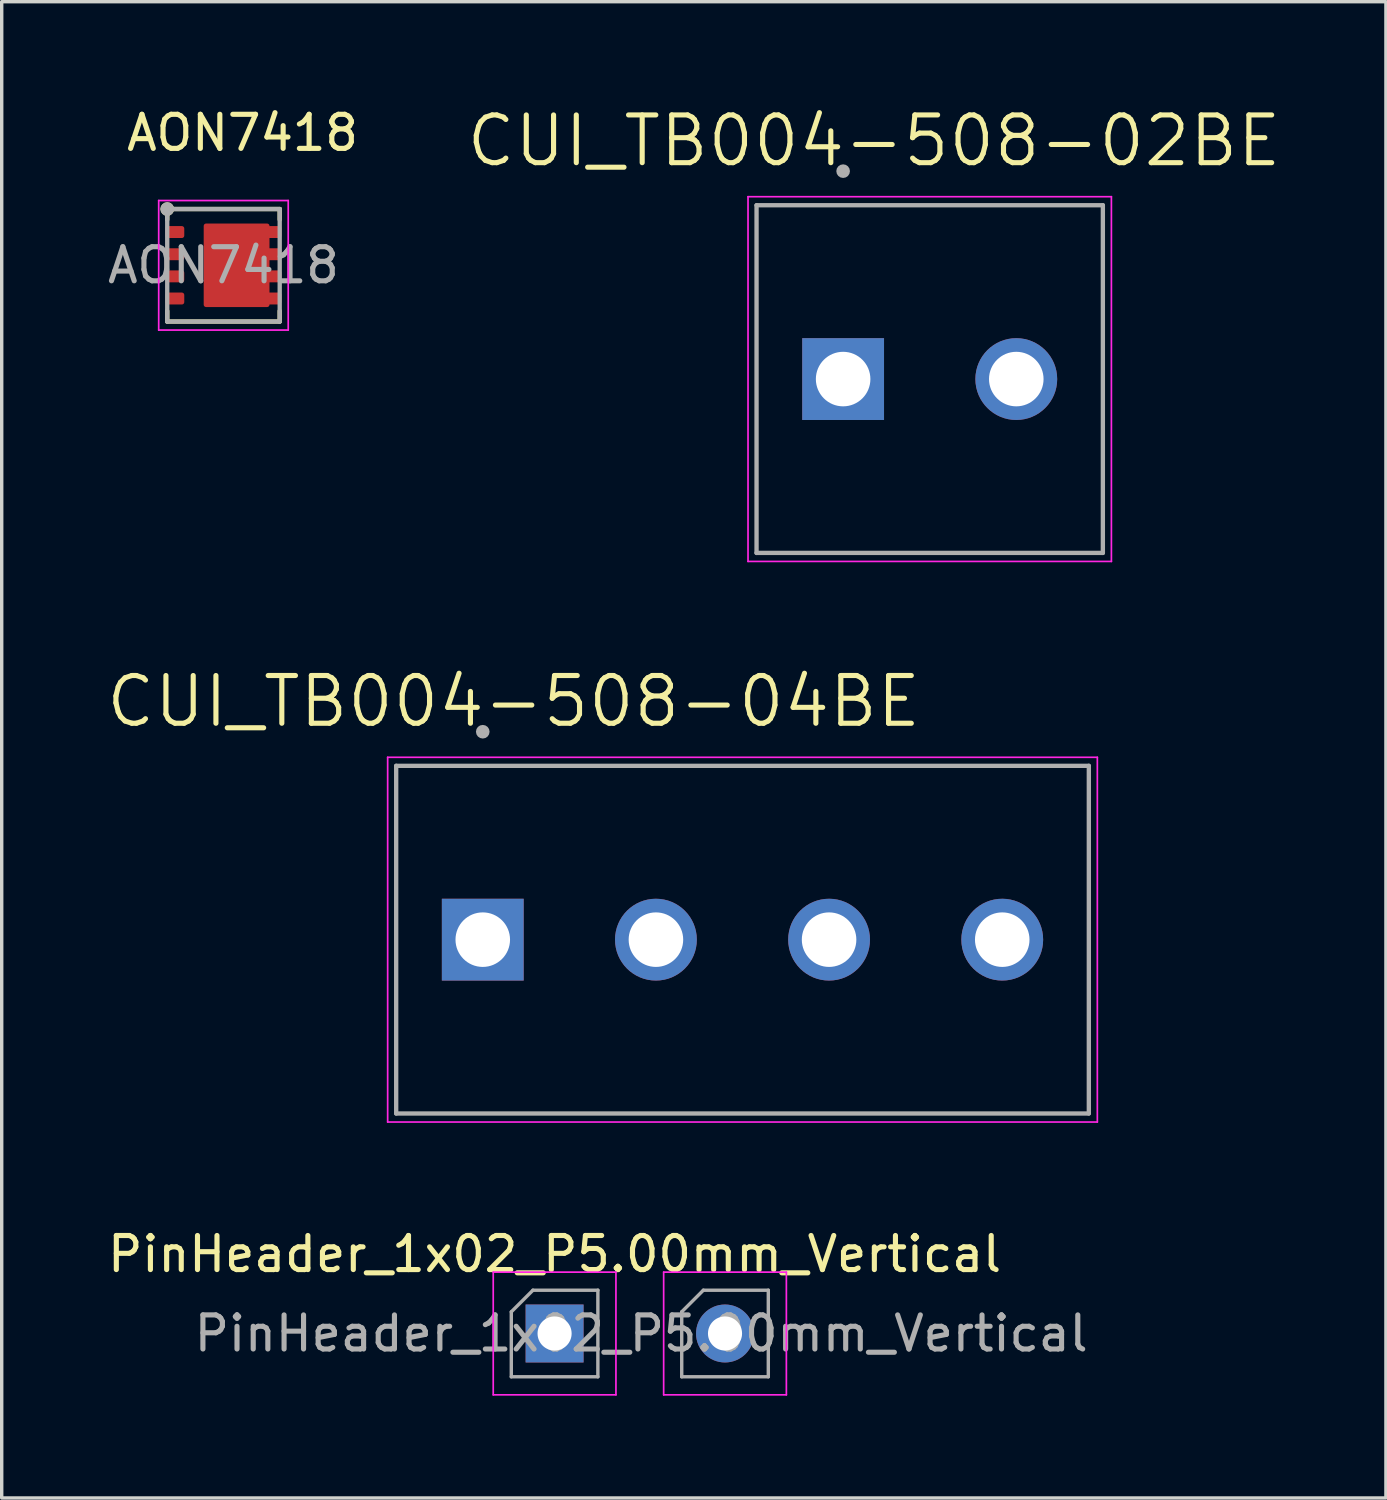
<source format=kicad_pcb>
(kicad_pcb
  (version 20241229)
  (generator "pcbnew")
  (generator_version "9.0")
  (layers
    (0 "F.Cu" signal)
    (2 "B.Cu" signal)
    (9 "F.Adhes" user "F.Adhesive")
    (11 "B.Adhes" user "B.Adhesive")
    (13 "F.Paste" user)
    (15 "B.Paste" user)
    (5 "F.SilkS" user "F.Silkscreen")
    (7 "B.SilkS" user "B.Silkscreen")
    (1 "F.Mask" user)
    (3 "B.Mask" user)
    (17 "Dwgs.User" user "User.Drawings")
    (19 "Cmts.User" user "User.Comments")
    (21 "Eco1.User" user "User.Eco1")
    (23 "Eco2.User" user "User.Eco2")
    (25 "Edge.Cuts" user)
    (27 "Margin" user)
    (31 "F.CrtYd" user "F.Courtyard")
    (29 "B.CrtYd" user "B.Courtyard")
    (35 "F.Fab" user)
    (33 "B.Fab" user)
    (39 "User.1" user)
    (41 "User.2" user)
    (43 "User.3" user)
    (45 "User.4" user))
  (footprint "AON7418"
    (layer "F.Cu")
    (at 3.506 4.733)
    (property "Reference" "AON7418" (at 0.56 -3.885 180) (layer "F.SilkS") (effects (font (size 1 1) (thickness 0.15))))
    (attr smd)
    (fp_line (start -1.65 -1.65) (end -1.65 -1.34) (stroke (width 0.127) (type solid)) (layer "F.SilkS"))
    (fp_line (start -1.65 -1.65) (end 1.65 -1.65) (stroke (width 0.127) (type solid)) (layer "F.SilkS"))
    (fp_line (start -1.65 1.65) (end -1.65 1.34) (stroke (width 0.127) (type solid)) (layer "F.SilkS"))
    (fp_line (start -1.65 1.65) (end 1.65 1.65) (stroke (width 0.127) (type solid)) (layer "F.SilkS"))
    (fp_line (start 1.65 -1.65) (end 1.65 -1.34) (stroke (width 0.127) (type solid)) (layer "F.SilkS"))
    (fp_line (start 1.65 1.65) (end 1.65 1.34) (stroke (width 0.127) (type solid)) (layer "F.SilkS"))
    (fp_circle (center -1.65 -1.65) (end -1.55 -1.65) (stroke (width 0.2) (type solid)) (fill no) (layer "F.SilkS"))
    (fp_poly (pts (xy -0.311 -0.949) (xy 1.081 -0.949) (xy 1.081 0.949) (xy -0.311 0.949)) (stroke (width 0.01) (type solid)) (fill yes) (layer "F.Paste"))
    (fp_line (start -1.9 -1.9) (end -1.9 1.9) (stroke (width 0.05) (type solid)) (layer "F.CrtYd"))
    (fp_line (start -1.9 1.9) (end 1.9 1.9) (stroke (width 0.05) (type solid)) (layer "F.CrtYd"))
    (fp_line (start 1.9 -1.9) (end -1.9 -1.9) (stroke (width 0.05) (type solid)) (layer "F.CrtYd"))
    (fp_line (start 1.9 1.9) (end 1.9 -1.9) (stroke (width 0.05) (type solid)) (layer "F.CrtYd"))
    (fp_line (start -1.65 -1.65) (end -1.65 1.65) (stroke (width 0.127) (type solid)) (layer "F.Fab"))
    (fp_line (start -1.65 -1.65) (end 1.65 -1.65) (stroke (width 0.127) (type solid)) (layer "F.Fab"))
    (fp_line (start -1.65 1.65) (end 1.65 1.65) (stroke (width 0.127) (type solid)) (layer "F.Fab"))
    (fp_line (start 1.65 -1.65) (end 1.65 1.65) (stroke (width 0.127) (type solid)) (layer "F.Fab"))
    (fp_circle (center -1.65 -1.65) (end -1.55 -1.65) (stroke (width 0.2) (type solid)) (fill no) (layer "F.Fab"))
    (fp_text user "${REFERENCE}" (at 0 0 0) (layer "F.Fab") (effects (font (size 1 1) (thickness 0.15))))
    (pad "1" smd roundrect (at -1.425 -0.975) (size 0.55 0.35) (layers "F.Cu" "F.Mask" "F.Paste") (roundrect_rratio 0.2))
    (pad "2" smd roundrect (at -1.425 -0.325) (size 0.55 0.35) (layers "F.Cu" "F.Mask" "F.Paste") (roundrect_rratio 0.2))
    (pad "3" smd roundrect (at -1.425 0.325) (size 0.55 0.35) (layers "F.Cu" "F.Mask" "F.Paste") (roundrect_rratio 0.2))
    (pad "4" smd roundrect (at -1.425 0.975) (size 0.55 0.35) (layers "F.Cu" "F.Mask" "F.Paste") (roundrect_rratio 0.2))
    (pad "5" smd roundrect (at 1.425 0.975) (size 0.55 0.35) (layers "F.Cu" "F.Mask" "F.Paste") (roundrect_rratio 0.2))
    (pad "6" smd roundrect (at 1.425 0.325) (size 0.55 0.35) (layers "F.Cu" "F.Mask" "F.Paste") (roundrect_rratio 0.2))
    (pad "7" smd roundrect (at 1.425 -0.325) (size 0.55 0.35) (layers "F.Cu" "F.Mask" "F.Paste") (roundrect_rratio 0.2))
    (pad "8" smd roundrect (at 1.425 -0.975) (size 0.55 0.35) (layers "F.Cu" "F.Mask" "F.Paste") (roundrect_rratio 0.2))
    (pad "9" smd roundrect (at 0.385 0) (size 1.93 2.45) (layers "F.Cu" "F.Mask") (roundrect_rratio 0.036)))
  (footprint "CUI_TB004-508-04BE"
    (layer "F.Cu")
    (at 11.113 24.517)
    (property "Reference" "CUI_TB004-508-04BE" (at 0.905 -6.989 0) (layer "F.SilkS") (effects (font (size 1.4 1.4) (thickness 0.15))))
    (attr through_hole exclude_from_bom)
    (fp_line (start -2.79 -5.35) (end 18.03 -5.35) (stroke (width 0.05) (type solid)) (layer "F.CrtYd"))
    (fp_line (start -2.79 5.35) (end -2.79 -5.35) (stroke (width 0.05) (type solid)) (layer "F.CrtYd"))
    (fp_line (start 18.03 -5.35) (end 18.03 5.35) (stroke (width 0.05) (type solid)) (layer "F.CrtYd"))
    (fp_line (start 18.03 5.35) (end -2.79 5.35) (stroke (width 0.05) (type solid)) (layer "F.CrtYd"))
    (fp_line (start -2.54 -5.1) (end 17.78 -5.1) (stroke (width 0.127) (type solid)) (layer "F.Fab"))
    (fp_line (start -2.54 5.1) (end -2.54 -5.1) (stroke (width 0.127) (type solid)) (layer "F.Fab"))
    (fp_line (start 17.78 -5.1) (end 17.78 5.1) (stroke (width 0.127) (type solid)) (layer "F.Fab"))
    (fp_line (start 17.78 5.1) (end -2.54 5.1) (stroke (width 0.127) (type solid)) (layer "F.Fab"))
    (fp_circle (center 0 -6.1) (end 0.1 -6.1) (stroke (width 0.2) (type solid)) (fill no) (layer "F.Fab"))
    (pad "1" thru_hole rect (at 0 0) (size 2.4 2.4) (drill 1.6) (layers "*.Cu" "*.Mask"))
    (pad "2" thru_hole circle (at 5.08 0) (size 2.4 2.4) (drill 1.6) (layers "*.Cu" "*.Mask"))
    (pad "3" thru_hole circle (at 10.16 0) (size 2.4 2.4) (drill 1.6) (layers "*.Cu" "*.Mask"))
    (pad "4" thru_hole circle (at 15.24 0) (size 2.4 2.4) (drill 1.6) (layers "*.Cu" "*.Mask")))
  (footprint "CUI_TB004-508-02BE"
    (layer "F.Cu")
    (at 21.685 8.071)
    (property "Reference" "CUI_TB004-508-02BE" (at 0.905 -6.989 0) (layer "F.SilkS") (effects (font (size 1.4 1.4) (thickness 0.15))))
    (attr through_hole exclude_from_bom)
    (fp_line (start -2.79 -5.35) (end 7.87 -5.35) (stroke (width 0.05) (type solid)) (layer "F.CrtYd"))
    (fp_line (start -2.79 5.35) (end -2.79 -5.35) (stroke (width 0.05) (type solid)) (layer "F.CrtYd"))
    (fp_line (start 7.87 -5.35) (end 7.87 5.35) (stroke (width 0.05) (type solid)) (layer "F.CrtYd"))
    (fp_line (start 7.87 5.35) (end -2.79 5.35) (stroke (width 0.05) (type solid)) (layer "F.CrtYd"))
    (fp_line (start -2.54 -5.1) (end 7.62 -5.1) (stroke (width 0.127) (type solid)) (layer "F.Fab"))
    (fp_line (start -2.54 5.1) (end -2.54 -5.1) (stroke (width 0.127) (type solid)) (layer "F.Fab"))
    (fp_line (start 7.62 -5.1) (end 7.62 5.1) (stroke (width 0.127) (type solid)) (layer "F.Fab"))
    (fp_line (start 7.62 5.1) (end -2.54 5.1) (stroke (width 0.127) (type solid)) (layer "F.Fab"))
    (fp_circle (center 0 -6.1) (end 0.1 -6.1) (stroke (width 0.2) (type solid)) (fill no) (layer "F.Fab"))
    (pad "1" thru_hole rect (at 0 0) (size 2.4 2.4) (drill 1.6) (layers "*.Cu" "*.Mask"))
    (pad "2" thru_hole circle (at 5.08 0) (size 2.4 2.4) (drill 1.6) (layers "*.Cu" "*.Mask")))
  (footprint "PinHeader_1x02_P5.00mm_Vertical"
    (layer "F.Cu")
    (at 13.22 36.071)
    (property "Reference" "PinHeader_1x02_P5.00mm_Vertical" (at 0 -2.33 0) (layer "F.SilkS") (effects (font (size 1 1) (thickness 0.15))))
    (attr through_hole exclude_from_bom)
    (fp_line (start -1.8 -1.8) (end -1.8 1.8) (stroke (width 0.05) (type solid)) (layer "F.CrtYd"))
    (fp_line (start -1.8 1.8) (end 1.8 1.8) (stroke (width 0.05) (type solid)) (layer "F.CrtYd"))
    (fp_line (start 1.8 -1.8) (end -1.8 -1.8) (stroke (width 0.05) (type solid)) (layer "F.CrtYd"))
    (fp_line (start 1.8 1.8) (end 1.8 -1.8) (stroke (width 0.05) (type solid)) (layer "F.CrtYd"))
    (fp_line (start 3.2 -1.8) (end 3.2 1.8) (stroke (width 0.05) (type solid)) (layer "F.CrtYd"))
    (fp_line (start 3.2 1.8) (end 6.8 1.8) (stroke (width 0.05) (type solid)) (layer "F.CrtYd"))
    (fp_line (start 6.8 -1.8) (end 3.2 -1.8) (stroke (width 0.05) (type solid)) (layer "F.CrtYd"))
    (fp_line (start 6.8 1.8) (end 6.8 -1.8) (stroke (width 0.05) (type solid)) (layer "F.CrtYd"))
    (fp_line (start -1.27 -0.635) (end -0.635 -1.27) (stroke (width 0.1) (type solid)) (layer "F.Fab"))
    (fp_line (start -1.27 1.27) (end -1.27 -0.635) (stroke (width 0.1) (type solid)) (layer "F.Fab"))
    (fp_line (start -0.635 -1.27) (end 1.27 -1.27) (stroke (width 0.1) (type solid)) (layer "F.Fab"))
    (fp_line (start 1.27 -1.27) (end 1.27 1.27) (stroke (width 0.1) (type solid)) (layer "F.Fab"))
    (fp_line (start 1.27 1.27) (end -1.27 1.27) (stroke (width 0.1) (type solid)) (layer "F.Fab"))
    (fp_line (start 3.73 -0.635) (end 4.365 -1.27) (stroke (width 0.1) (type solid)) (layer "F.Fab"))
    (fp_line (start 3.73 1.27) (end 3.73 -0.635) (stroke (width 0.1) (type solid)) (layer "F.Fab"))
    (fp_line (start 4.365 -1.27) (end 6.27 -1.27) (stroke (width 0.1) (type solid)) (layer "F.Fab"))
    (fp_line (start 6.27 -1.27) (end 6.27 1.27) (stroke (width 0.1) (type solid)) (layer "F.Fab"))
    (fp_line (start 6.27 1.27) (end 3.73 1.27) (stroke (width 0.1) (type solid)) (layer "F.Fab"))
    (fp_text user "${REFERENCE}" (at 2.54 0 0) (layer "F.Fab") (effects (font (size 1 1) (thickness 0.15))))
    (pad "1" thru_hole rect (at 0 0) (size 1.7 1.7) (drill 1) (layers "*.Cu" "*.Mask"))
    (pad "2" thru_hole circle (at 5 0) (size 1.7 1.7) (drill 1) (layers "*.Cu" "*.Mask")))
  (gr_rect
    (start -3 -3)
    (end 37.609 40.896)
    (stroke (width 0.1) (type default))
    (fill no)
    (layer "Edge.Cuts")))
</source>
